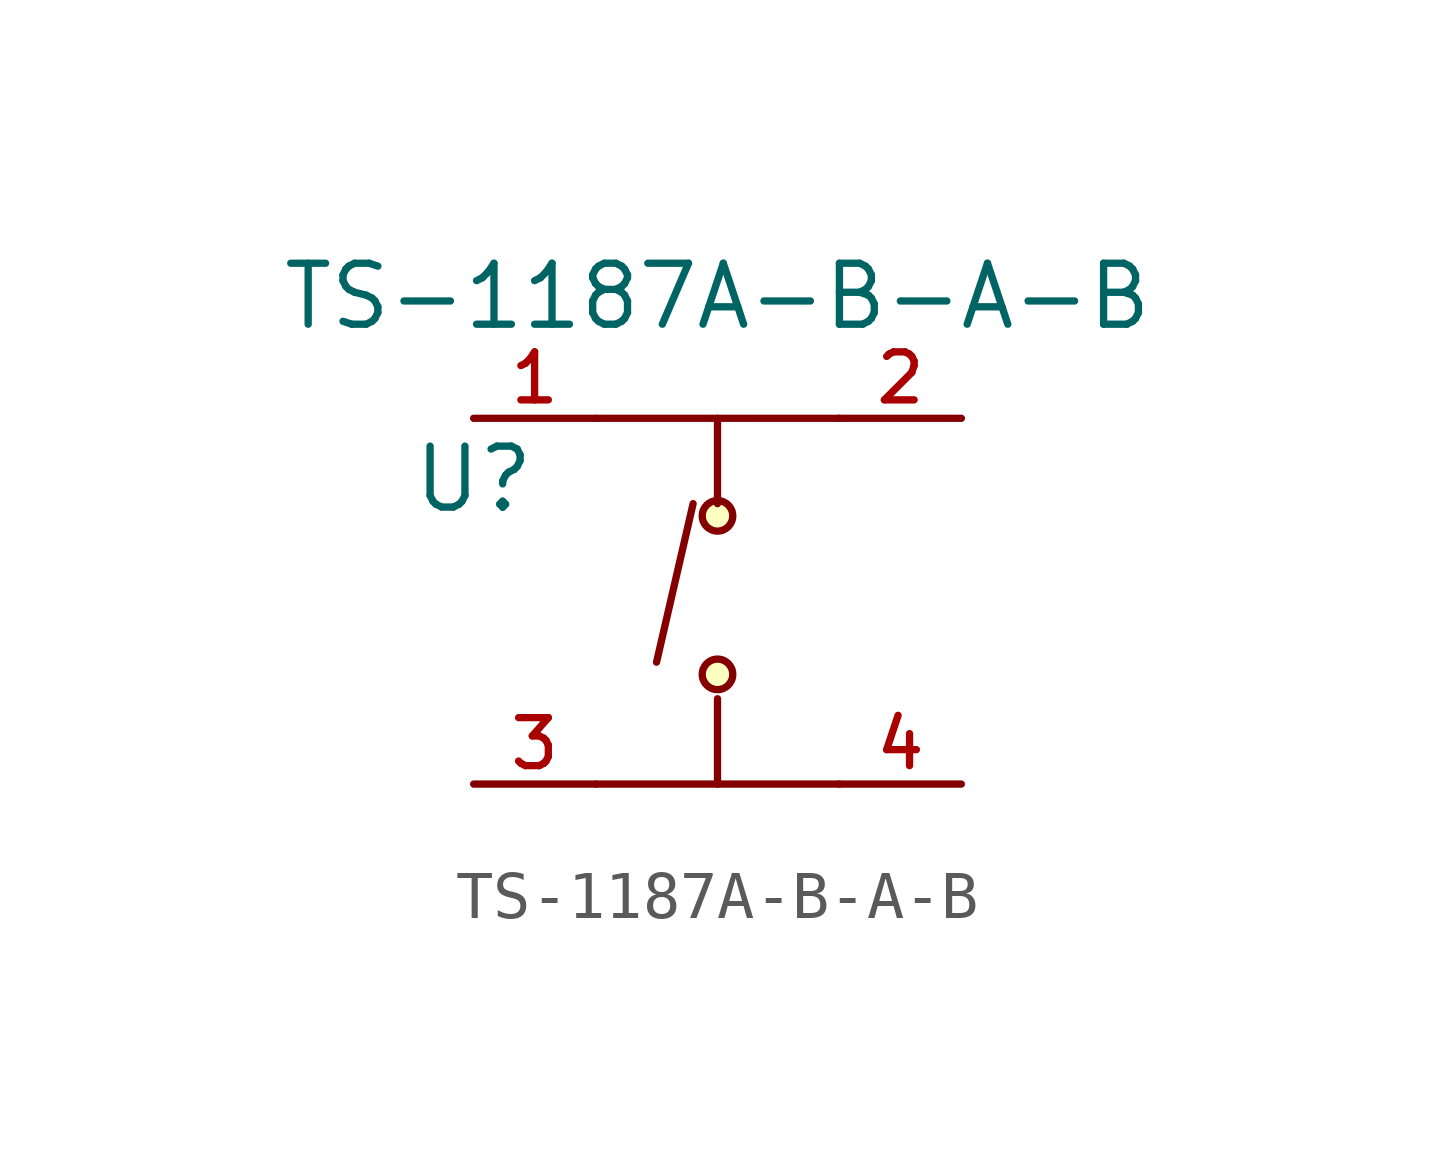
<source format=kicad_sym>
(kicad_symbol_lib
  (version 20220914)
  (generator kicad_symbol_editor)
  (symbol "TS-1187A-B-A-B"
    (pin_names hide)
    (property "Reference" "U"
      (at -5.08 1.27 0)
      (effects (font (size 1.27 1.27))))
    (property "Value" "TS-1187A-B-A-B"
      (at 0 5.08 0)
      (effects (font (size 1.27 1.27))))
    (symbol "TS-1187A-B-A-B_0_1"
      (circle (center 0 -2.794) (radius 0.318) (stroke (width 0) (type default)) (fill (type background)))
      (polyline (pts (xy -2.54 -5.08) (xy 2.54 -5.08)) (stroke (width 0) (type default)) (fill (type none)))
      (polyline (pts (xy -2.54 2.54) (xy 2.54 2.54)) (stroke (width 0) (type default)) (fill (type none)))
      (polyline (pts (xy -0.508 0.762) (xy -1.27 -2.54)) (stroke (width 0) (type default)) (fill (type none)))
      (polyline (pts (xy 0 -3.302) (xy 0 -5.08)) (stroke (width 0) (type default)) (fill (type none)))
      (polyline (pts (xy 0 0.762) (xy 0 2.54)) (stroke (width 0) (type default)) (fill (type none)))
      (circle (center 0 0.508) (radius 0.318) (stroke (width 0) (type default)) (fill (type background))))
    (symbol "TS-1187A-B-A-B_1_1"
      (pin passive line (at -5.08 2.54 0) (length 2.54) (name "A" (effects (font (size 1 1)))) (number "1" (effects (font (size 1 1)))))
      (pin passive line (at 5.08 2.54 180) (length 2.54) (name "B" (effects (font (size 1 1)))) (number "2" (effects (font (size 1 1)))))
      (pin passive line (at -5.08 -5.08 0) (length 2.54) (name "C" (effects (font (size 1 1)))) (number "3" (effects (font (size 1 1)))))
      (pin passive line (at 5.08 -5.08 180) (length 2.54) (name "D" (effects (font (size 1 1)))) (number "4" (effects (font (size 1 1))))))))
</source>
